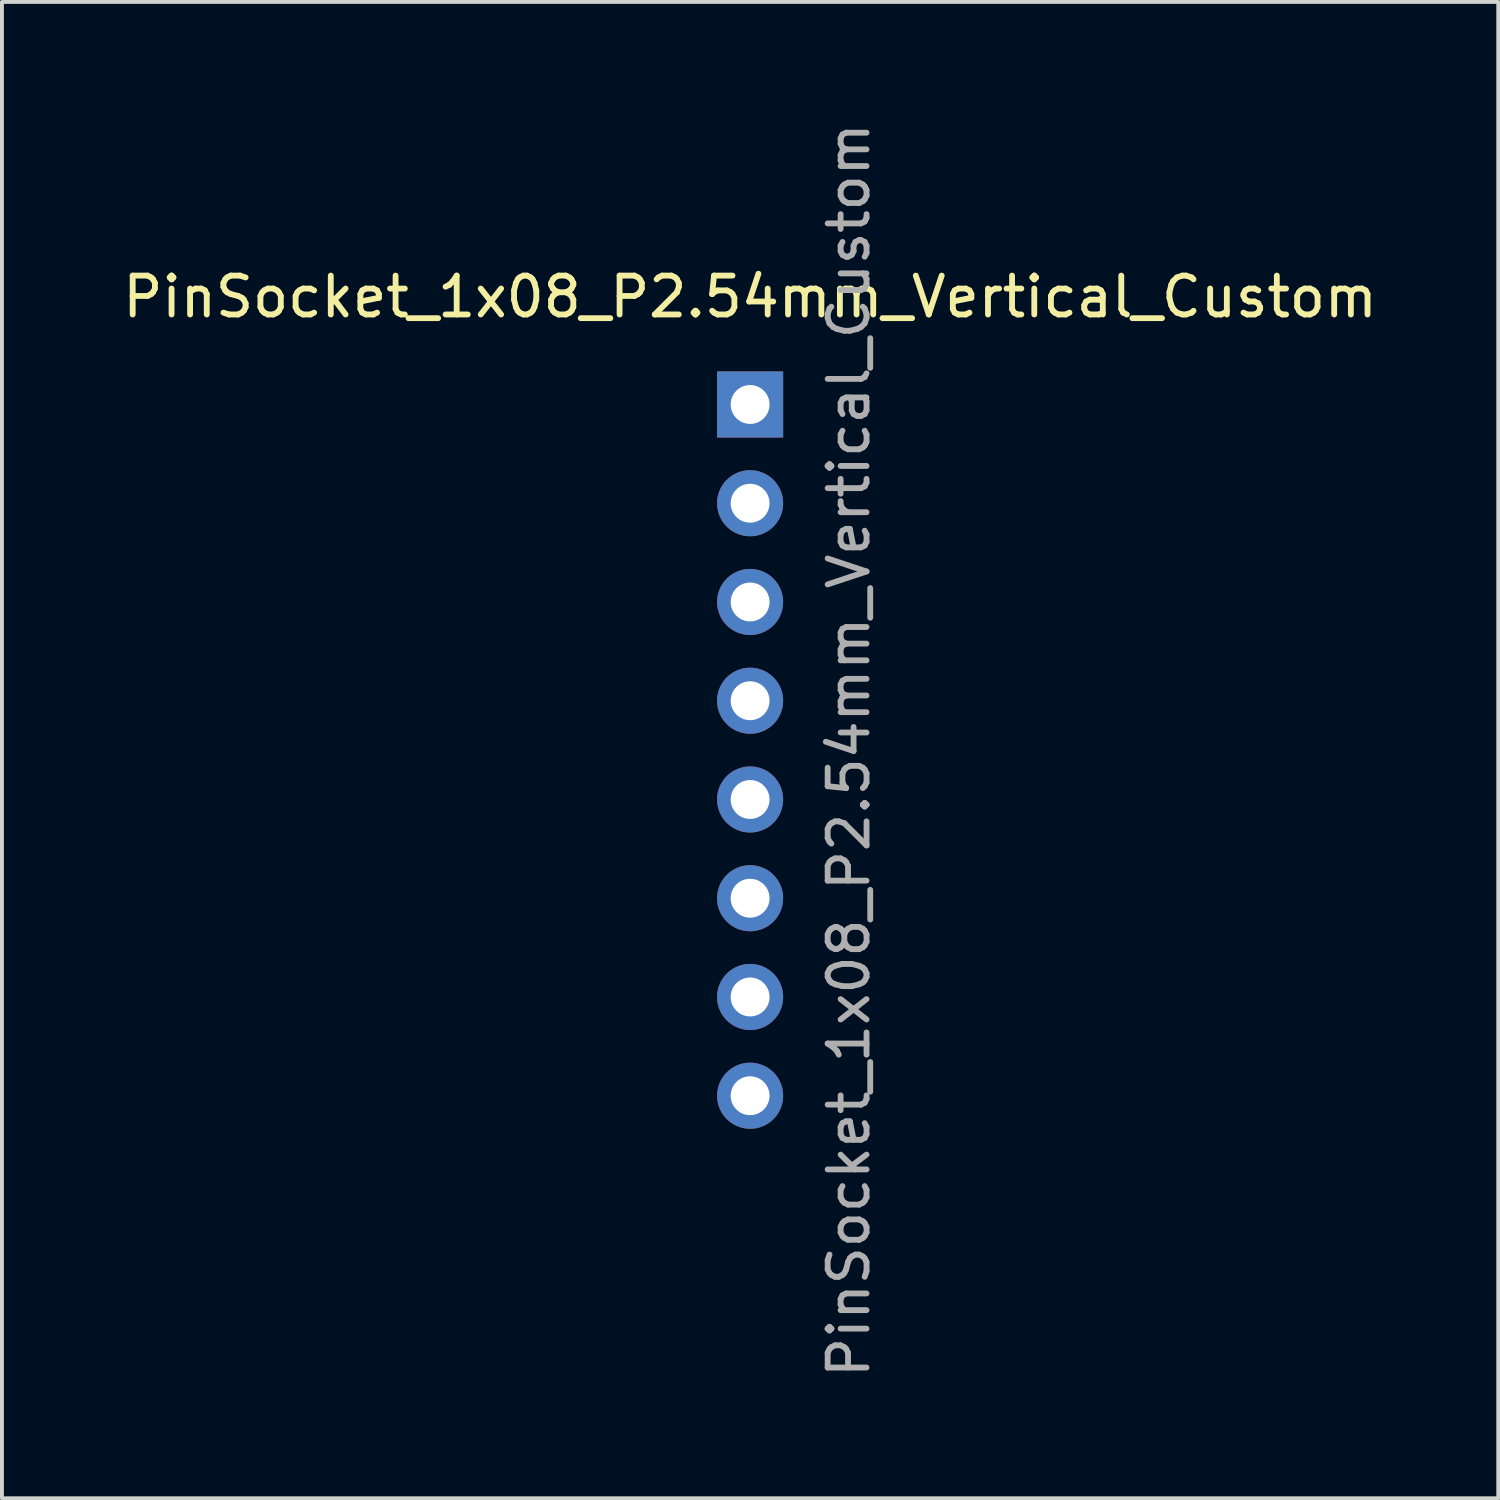
<source format=kicad_pcb>
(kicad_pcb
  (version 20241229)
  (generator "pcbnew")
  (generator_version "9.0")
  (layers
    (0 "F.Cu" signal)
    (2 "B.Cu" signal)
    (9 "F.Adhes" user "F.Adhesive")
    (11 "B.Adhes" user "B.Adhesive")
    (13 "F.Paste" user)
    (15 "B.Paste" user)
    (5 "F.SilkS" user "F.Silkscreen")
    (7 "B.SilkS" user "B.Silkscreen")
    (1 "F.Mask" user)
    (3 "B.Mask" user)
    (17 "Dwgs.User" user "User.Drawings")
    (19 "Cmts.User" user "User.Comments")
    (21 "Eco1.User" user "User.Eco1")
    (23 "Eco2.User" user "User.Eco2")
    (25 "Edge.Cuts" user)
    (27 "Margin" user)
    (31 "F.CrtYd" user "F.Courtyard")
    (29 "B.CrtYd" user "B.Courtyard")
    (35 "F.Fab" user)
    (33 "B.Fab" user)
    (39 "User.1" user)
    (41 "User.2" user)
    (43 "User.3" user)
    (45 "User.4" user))
  (footprint "PinSocket_1x08_P2.54mm_Vertical_Custom"
    (layer "F.Cu")
    (at 16.244 7.354)
    (property "Reference" "PinSocket_1x08_P2.54mm_Vertical_Custom" (at 0 -2.77 180) (layer "F.SilkS") (effects (font (size 1 1) (thickness 0.15))))
    (attr through_hole)
    (fp_text user "${REFERENCE}" (at 2.54 8.89 90) (layer "F.Fab") (effects (font (size 1 1) (thickness 0.15))))
    (pad "1" thru_hole rect (at 0 0) (size 1.7 1.7) (drill 1) (layers "*.Cu" "*.Mask"))
    (pad "2" thru_hole oval (at 0 2.54) (size 1.7 1.7) (drill 1) (layers "*.Cu" "*.Mask"))
    (pad "3" thru_hole oval (at 0 5.08) (size 1.7 1.7) (drill 1) (layers "*.Cu" "*.Mask"))
    (pad "4" thru_hole oval (at 0 7.62) (size 1.7 1.7) (drill 1) (layers "*.Cu" "*.Mask"))
    (pad "5" thru_hole oval (at 0 10.16) (size 1.7 1.7) (drill 1) (layers "*.Cu" "*.Mask"))
    (pad "6" thru_hole oval (at 0 12.7) (size 1.7 1.7) (drill 1) (layers "*.Cu" "*.Mask"))
    (pad "7" thru_hole oval (at 0 15.24) (size 1.7 1.7) (drill 1) (layers "*.Cu" "*.Mask"))
    (pad "8" thru_hole oval (at 0 17.78) (size 1.7 1.7) (drill 1) (layers "*.Cu" "*.Mask")))
  (gr_rect
    (start -3 -3)
    (end 35.488 35.488)
    (stroke (width 0.1) (type default))
    (fill no)
    (layer "Edge.Cuts")))
</source>
